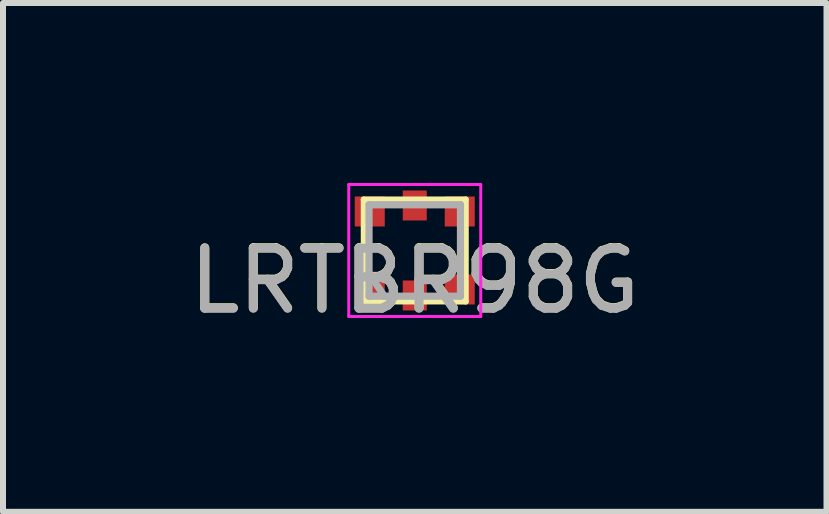
<source format=kicad_pcb>
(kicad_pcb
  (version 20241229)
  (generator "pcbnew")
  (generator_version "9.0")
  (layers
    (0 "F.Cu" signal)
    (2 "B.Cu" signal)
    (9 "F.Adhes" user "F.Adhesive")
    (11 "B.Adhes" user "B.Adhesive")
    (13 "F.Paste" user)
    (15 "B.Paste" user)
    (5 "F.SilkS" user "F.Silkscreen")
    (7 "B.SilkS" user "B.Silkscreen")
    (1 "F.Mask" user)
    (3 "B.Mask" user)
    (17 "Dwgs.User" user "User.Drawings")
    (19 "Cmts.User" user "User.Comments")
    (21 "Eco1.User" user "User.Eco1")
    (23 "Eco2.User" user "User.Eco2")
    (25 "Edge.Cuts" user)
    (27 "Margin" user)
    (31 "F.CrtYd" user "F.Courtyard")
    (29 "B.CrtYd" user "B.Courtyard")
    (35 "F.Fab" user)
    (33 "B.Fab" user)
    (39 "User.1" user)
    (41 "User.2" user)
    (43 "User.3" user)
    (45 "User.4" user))
  (footprint "LRTBR98G"
    (layer "F.Cu")
    (at 3.863 1.125)
    (property "Reference" "LRTBR98G" (at 0 0.5 0) (layer "F.SilkS") (effects (font (size 1 1) (thickness 0.15))))
    (attr through_hole)
    (fp_line (start -0.85 -0.85) (end -0.85 0.85) (stroke (width 0.1) (type solid)) (layer "F.SilkS"))
    (fp_line (start -0.85 -0.85) (end 0.85 -0.85) (stroke (width 0.1) (type solid)) (layer "F.SilkS"))
    (fp_line (start -0.85 0.85) (end 0.85 0.85) (stroke (width 0.1) (type solid)) (layer "F.SilkS"))
    (fp_line (start 0.85 -0.85) (end 0.85 0.85) (stroke (width 0.1) (type solid)) (layer "F.SilkS"))
    (fp_line (start -1.1 -1.1) (end -1.1 1.1) (stroke (width 0.05) (type solid)) (layer "F.CrtYd"))
    (fp_line (start -1.1 1.1) (end 1.1 1.1) (stroke (width 0.05) (type solid)) (layer "F.CrtYd"))
    (fp_line (start 1.1 -1.1) (end -1.1 -1.1) (stroke (width 0.05) (type solid)) (layer "F.CrtYd"))
    (fp_line (start 1.1 1.1) (end 1.1 -1.1) (stroke (width 0.05) (type solid)) (layer "F.CrtYd"))
    (fp_line (start -0.762 -0.762) (end 0.762 -0.762) (stroke (width 0.12) (type solid)) (layer "F.Fab"))
    (fp_line (start -0.762 0.381) (end -0.508 0.762) (stroke (width 0.12) (type solid)) (layer "F.Fab"))
    (fp_line (start -0.762 0.762) (end -0.762 -0.762) (stroke (width 0.12) (type solid)) (layer "F.Fab"))
    (fp_line (start 0.762 -0.762) (end 0.762 0.762) (stroke (width 0.12) (type solid)) (layer "F.Fab"))
    (fp_line (start 0.762 0.762) (end -0.762 0.762) (stroke (width 0.12) (type solid)) (layer "F.Fab"))
    (fp_text user "${REFERENCE}" (at 0 0.508 0) (layer "F.Fab") (effects (font (size 1 1) (thickness 0.15))))
    (pad "1" smd rect (at -0.75 0.65) (size 0.5 0.5) (layers "F.Cu" "F.Mask" "F.Paste"))
    (pad "2" smd rect (at 0 0.75) (size 0.4 0.5) (layers "F.Cu" "F.Mask" "F.Paste"))
    (pad "3" smd rect (at 0.75 0.65) (size 0.5 0.5) (layers "F.Cu" "F.Mask" "F.Paste"))
    (pad "4" smd rect (at 0.75 -0.65) (size 0.5 0.5) (layers "F.Cu" "F.Mask" "F.Paste"))
    (pad "5" smd rect (at 0 -0.75) (size 0.4 0.5) (layers "F.Cu" "F.Mask" "F.Paste"))
    (pad "6" smd rect (at -0.75 -0.65) (size 0.5 0.5) (layers "F.Cu" "F.Mask" "F.Paste")))
  (gr_rect
    (start -3 -3)
    (end 10.726 5.481)
    (stroke (width 0.1) (type default))
    (fill no)
    (layer "Edge.Cuts")))
</source>
